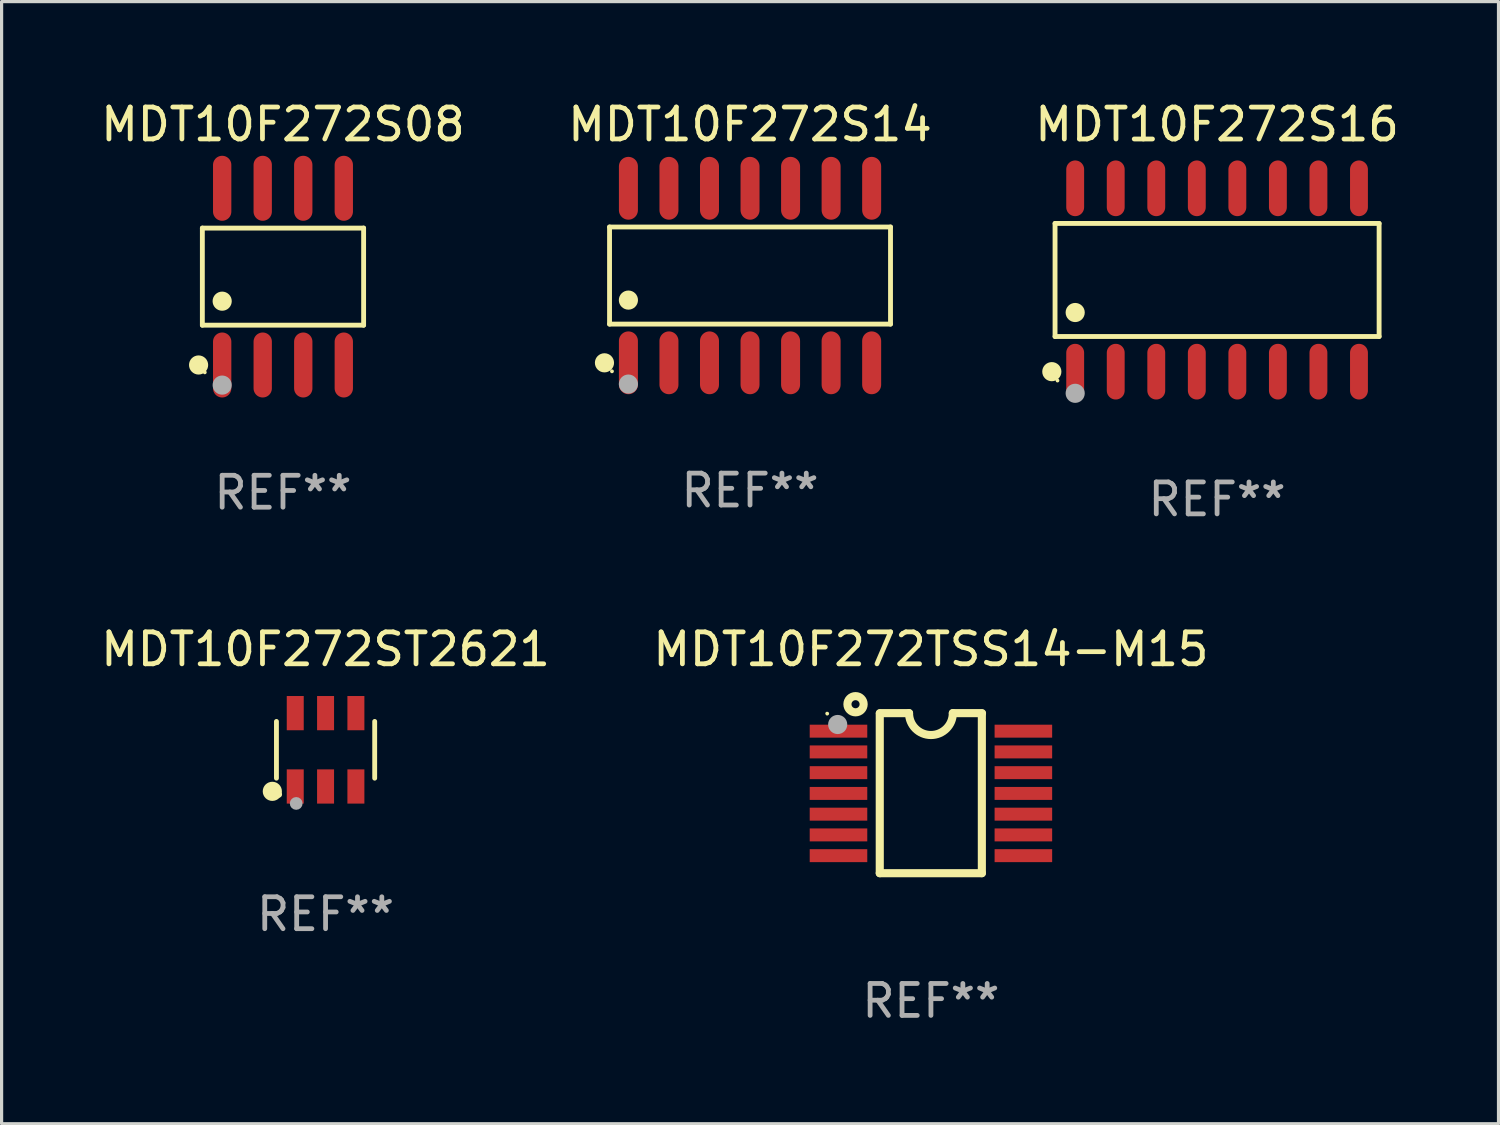
<source format=kicad_pcb>
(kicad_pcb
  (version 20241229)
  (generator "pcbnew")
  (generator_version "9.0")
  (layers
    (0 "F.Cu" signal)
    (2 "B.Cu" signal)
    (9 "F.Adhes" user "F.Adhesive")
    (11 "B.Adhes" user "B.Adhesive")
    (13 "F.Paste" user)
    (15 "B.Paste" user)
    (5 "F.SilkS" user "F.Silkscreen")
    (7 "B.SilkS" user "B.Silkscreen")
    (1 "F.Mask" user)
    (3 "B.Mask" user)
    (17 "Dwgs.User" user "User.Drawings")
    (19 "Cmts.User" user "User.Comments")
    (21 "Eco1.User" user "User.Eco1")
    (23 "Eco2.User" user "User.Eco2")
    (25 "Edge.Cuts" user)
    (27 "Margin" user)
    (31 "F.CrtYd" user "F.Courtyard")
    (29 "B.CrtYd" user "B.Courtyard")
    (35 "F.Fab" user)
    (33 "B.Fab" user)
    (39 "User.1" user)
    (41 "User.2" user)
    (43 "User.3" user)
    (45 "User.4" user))
  (footprint "MDT10F272S16"
    (layer "F.Cu")
    (at 35.077 5.721)
    (property "Reference" "MDT10F272S16" (at 0 -4.872 0) (layer "F.SilkS") (effects (font (size 1 1) (thickness 0.15))))
    (attr through_hole)
    (fp_line (start -5.076 -1.771) (end 5.076 -1.771) (stroke (width 0.152) (type solid)) (layer "F.SilkS"))
    (fp_line (start -5.076 1.771) (end -5.076 -1.771) (stroke (width 0.152) (type solid)) (layer "F.SilkS"))
    (fp_line (start 5.076 -1.771) (end 5.076 1.771) (stroke (width 0.152) (type solid)) (layer "F.SilkS"))
    (fp_line (start 5.076 1.771) (end -5.076 1.771) (stroke (width 0.152) (type solid)) (layer "F.SilkS"))
    (fp_circle (center -5.177 2.872) (end -5.027 2.872) (stroke (width 0.3) (type solid)) (fill no) (layer "F.SilkS"))
    (fp_circle (center -5 3.15) (end -4.97 3.15) (stroke (width 0.06) (type solid)) (fill no) (layer "F.SilkS"))
    (fp_circle (center -4.445 1.019) (end -4.295 1.019) (stroke (width 0.3) (type solid)) (fill no) (layer "F.SilkS"))
    (fp_circle (center -4.445 3.55) (end -4.295 3.55) (stroke (width 0.3) (type solid)) (fill no) (layer "F.Fab"))
    (fp_text user "REF**" (at 0 6.872 0) (layer "F.Fab") (effects (font (size 1 1) (thickness 0.15))))
    (pad "1" smd oval (at -4.445 2.872) (size 0.56 1.745) (layers "F.Cu" "F.Mask" "F.Paste"))
    (pad "2" smd oval (at -3.175 2.872) (size 0.56 1.745) (layers "F.Cu" "F.Mask" "F.Paste"))
    (pad "3" smd oval (at -1.905 2.872) (size 0.56 1.745) (layers "F.Cu" "F.Mask" "F.Paste"))
    (pad "4" smd oval (at -0.635 2.872) (size 0.56 1.745) (layers "F.Cu" "F.Mask" "F.Paste"))
    (pad "5" smd oval (at 0.635 2.872) (size 0.56 1.745) (layers "F.Cu" "F.Mask" "F.Paste"))
    (pad "6" smd oval (at 1.905 2.872) (size 0.56 1.745) (layers "F.Cu" "F.Mask" "F.Paste"))
    (pad "7" smd oval (at 3.175 2.872) (size 0.56 1.745) (layers "F.Cu" "F.Mask" "F.Paste"))
    (pad "8" smd oval (at 4.445 2.872) (size 0.56 1.745) (layers "F.Cu" "F.Mask" "F.Paste"))
    (pad "9" smd oval (at 4.445 -2.872) (size 0.56 1.745) (layers "F.Cu" "F.Mask" "F.Paste"))
    (pad "10" smd oval (at 3.175 -2.872) (size 0.56 1.745) (layers "F.Cu" "F.Mask" "F.Paste"))
    (pad "11" smd oval (at 1.905 -2.872) (size 0.56 1.745) (layers "F.Cu" "F.Mask" "F.Paste"))
    (pad "12" smd oval (at 0.635 -2.872) (size 0.56 1.745) (layers "F.Cu" "F.Mask" "F.Paste"))
    (pad "13" smd oval (at -0.635 -2.872) (size 0.56 1.745) (layers "F.Cu" "F.Mask" "F.Paste"))
    (pad "14" smd oval (at -1.905 -2.872) (size 0.56 1.745) (layers "F.Cu" "F.Mask" "F.Paste"))
    (pad "15" smd oval (at -3.175 -2.872) (size 0.56 1.745) (layers "F.Cu" "F.Mask" "F.Paste"))
    (pad "16" smd oval (at -4.445 -2.872) (size 0.56 1.745) (layers "F.Cu" "F.Mask" "F.Paste")))
  (footprint "MDT10F272S08"
    (layer "F.Cu")
    (at 5.815 5.616)
    (property "Reference" "MDT10F272S08" (at 0 -4.768 0) (layer "F.SilkS") (effects (font (size 1 1) (thickness 0.15))))
    (attr through_hole)
    (fp_line (start -2.526 -1.521) (end 2.526 -1.521) (stroke (width 0.152) (type solid)) (layer "F.SilkS"))
    (fp_line (start -2.526 1.521) (end -2.526 -1.521) (stroke (width 0.152) (type solid)) (layer "F.SilkS"))
    (fp_line (start 2.526 -1.521) (end 2.526 1.521) (stroke (width 0.152) (type solid)) (layer "F.SilkS"))
    (fp_line (start 2.526 1.521) (end -2.526 1.521) (stroke (width 0.152) (type solid)) (layer "F.SilkS"))
    (fp_circle (center -2.644 2.768) (end -2.494 2.768) (stroke (width 0.3) (type solid)) (fill no) (layer "F.SilkS"))
    (fp_circle (center -2.45 2.998) (end -2.42 2.998) (stroke (width 0.06) (type solid)) (fill no) (layer "F.SilkS"))
    (fp_circle (center -1.905 0.769) (end -1.755 0.769) (stroke (width 0.3) (type solid)) (fill no) (layer "F.SilkS"))
    (fp_circle (center -1.905 3.398) (end -1.755 3.398) (stroke (width 0.3) (type solid)) (fill no) (layer "F.Fab"))
    (fp_text user "REF**" (at 0 6.768 0) (layer "F.Fab") (effects (font (size 1 1) (thickness 0.15))))
    (pad "1" smd oval (at -1.905 2.768) (size 0.574 2.036) (layers "F.Cu" "F.Mask" "F.Paste"))
    (pad "2" smd oval (at -0.635 2.768) (size 0.574 2.036) (layers "F.Cu" "F.Mask" "F.Paste"))
    (pad "3" smd oval (at 0.635 2.768) (size 0.574 2.036) (layers "F.Cu" "F.Mask" "F.Paste"))
    (pad "4" smd oval (at 1.905 2.768) (size 0.574 2.036) (layers "F.Cu" "F.Mask" "F.Paste"))
    (pad "5" smd oval (at 1.905 -2.768) (size 0.574 2.036) (layers "F.Cu" "F.Mask" "F.Paste"))
    (pad "6" smd oval (at 0.635 -2.768) (size 0.574 2.036) (layers "F.Cu" "F.Mask" "F.Paste"))
    (pad "7" smd oval (at -0.635 -2.768) (size 0.574 2.036) (layers "F.Cu" "F.Mask" "F.Paste"))
    (pad "8" smd oval (at -1.905 -2.768) (size 0.574 2.036) (layers "F.Cu" "F.Mask" "F.Paste")))
  (footprint "MDT10F272S14"
    (layer "F.Cu")
    (at 20.446 5.582)
    (property "Reference" "MDT10F272S14" (at 0 -4.734 0) (layer "F.SilkS") (effects (font (size 1 1) (thickness 0.15))))
    (attr through_hole)
    (fp_line (start -4.401 -1.521) (end 4.401 -1.521) (stroke (width 0.152) (type solid)) (layer "F.SilkS"))
    (fp_line (start -4.401 1.521) (end -4.401 -1.521) (stroke (width 0.152) (type solid)) (layer "F.SilkS"))
    (fp_line (start 4.401 -1.521) (end 4.401 1.521) (stroke (width 0.152) (type solid)) (layer "F.SilkS"))
    (fp_line (start 4.401 1.521) (end -4.401 1.521) (stroke (width 0.152) (type solid)) (layer "F.SilkS"))
    (fp_circle (center -4.56 2.734) (end -4.41 2.734) (stroke (width 0.3) (type solid)) (fill no) (layer "F.SilkS"))
    (fp_circle (center -4.325 3) (end -4.295 3) (stroke (width 0.06) (type solid)) (fill no) (layer "F.SilkS"))
    (fp_circle (center -3.81 0.769) (end -3.66 0.769) (stroke (width 0.3) (type solid)) (fill no) (layer "F.SilkS"))
    (fp_circle (center -3.81 3.4) (end -3.66 3.4) (stroke (width 0.3) (type solid)) (fill no) (layer "F.Fab"))
    (fp_text user "REF**" (at 0 6.734 0) (layer "F.Fab") (effects (font (size 1 1) (thickness 0.15))))
    (pad "1" smd oval (at -3.81 2.734) (size 0.595 1.968) (layers "F.Cu" "F.Mask" "F.Paste"))
    (pad "2" smd oval (at -2.54 2.734) (size 0.595 1.968) (layers "F.Cu" "F.Mask" "F.Paste"))
    (pad "3" smd oval (at -1.27 2.734) (size 0.595 1.968) (layers "F.Cu" "F.Mask" "F.Paste"))
    (pad "4" smd oval (at 0 2.734) (size 0.595 1.968) (layers "F.Cu" "F.Mask" "F.Paste"))
    (pad "5" smd oval (at 1.27 2.734) (size 0.595 1.968) (layers "F.Cu" "F.Mask" "F.Paste"))
    (pad "6" smd oval (at 2.54 2.734) (size 0.595 1.968) (layers "F.Cu" "F.Mask" "F.Paste"))
    (pad "7" smd oval (at 3.81 2.734) (size 0.595 1.968) (layers "F.Cu" "F.Mask" "F.Paste"))
    (pad "8" smd oval (at 3.81 -2.734) (size 0.595 1.968) (layers "F.Cu" "F.Mask" "F.Paste"))
    (pad "9" smd oval (at 2.54 -2.734) (size 0.595 1.968) (layers "F.Cu" "F.Mask" "F.Paste"))
    (pad "10" smd oval (at 1.27 -2.734) (size 0.595 1.968) (layers "F.Cu" "F.Mask" "F.Paste"))
    (pad "11" smd oval (at 0 -2.734) (size 0.595 1.968) (layers "F.Cu" "F.Mask" "F.Paste"))
    (pad "12" smd oval (at -1.27 -2.734) (size 0.595 1.968) (layers "F.Cu" "F.Mask" "F.Paste"))
    (pad "13" smd oval (at -2.54 -2.734) (size 0.595 1.968) (layers "F.Cu" "F.Mask" "F.Paste"))
    (pad "14" smd oval (at -3.81 -2.734) (size 0.595 1.968) (layers "F.Cu" "F.Mask" "F.Paste")))
  (footprint "MDT10F272ST2621"
    (layer "F.Cu")
    (at 7.149 20.439)
    (property "Reference" "MDT10F272ST2621" (at 0 -3.149 0) (layer "F.SilkS") (effects (font (size 1 1) (thickness 0.15))))
    (attr through_hole)
    (fp_line (start -1.539 0.889) (end -1.539 -0.889) (stroke (width 0.152) (type solid)) (layer "F.SilkS"))
    (fp_line (start 1.539 0.889) (end 1.539 -0.889) (stroke (width 0.152) (type solid)) (layer "F.SilkS"))
    (fp_circle (center -1.668 1.301) (end -1.518 1.301) (stroke (width 0.3) (type solid)) (fill no) (layer "F.SilkS"))
    (fp_circle (center -1.463 1.4) (end -1.413 1.4) (stroke (width 0.1) (type solid)) (fill no) (layer "F.SilkS"))
    (fp_circle (center -0.92 1.68) (end -0.82 1.68) (stroke (width 0.2) (type solid)) (fill no) (layer "F.Fab"))
    (fp_text user "REF**" (at 0 5.149 0) (layer "F.Fab") (effects (font (size 1 1) (thickness 0.15))))
    (pad "1" smd rect (at -0.95 1.149) (size 0.532 1.072) (layers "F.Cu" "F.Mask" "F.Paste"))
    (pad "2" smd rect (at 0 1.149) (size 0.532 1.072) (layers "F.Cu" "F.Mask" "F.Paste"))
    (pad "3" smd rect (at 0.95 1.149) (size 0.532 1.072) (layers "F.Cu" "F.Mask" "F.Paste"))
    (pad "4" smd rect (at 0.95 -1.149) (size 0.532 1.072) (layers "F.Cu" "F.Mask" "F.Paste"))
    (pad "5" smd rect (at 0 -1.149) (size 0.532 1.072) (layers "F.Cu" "F.Mask" "F.Paste"))
    (pad "6" smd rect (at -0.95 -1.149) (size 0.532 1.072) (layers "F.Cu" "F.Mask" "F.Paste")))
  (footprint "MDT10F272TSS14-M15"
    (layer "F.Cu")
    (at 26.113 21.797)
    (property "Reference" "MDT10F272TSS14-M15" (at 0 -4.507 0) (layer "F.SilkS") (effects (font (size 1 1) (thickness 0.15))))
    (attr through_hole)
    (fp_line (start -1.603 2.507) (end -1.603 -2.494) (stroke (width 0.254) (type solid)) (layer "F.SilkS"))
    (fp_line (start -1.603 2.507) (end 1.595 2.507) (stroke (width 0.254) (type solid)) (layer "F.SilkS"))
    (fp_line (start -1.6 -2.507) (end -0.686 -2.507) (stroke (width 0.254) (type solid)) (layer "F.SilkS"))
    (fp_line (start 0.686 -2.507) (end 1.6 -2.507) (stroke (width 0.254) (type solid)) (layer "F.SilkS"))
    (fp_line (start 1.595 2.507) (end 1.595 -2.494) (stroke (width 0.254) (type solid)) (layer "F.SilkS"))
    (fp_arc (start 0.685852 -2.506998) (mid 0.000051 -1.821197) (end -0.68575 -2.506998) (stroke (width 0.254001) (type solid)) (layer "F.SilkS"))
    (fp_circle (center -3.25 -2.492) (end -3.22 -2.492) (stroke (width 0.06) (type solid)) (fill no) (layer "F.SilkS"))
    (fp_circle (center -2.362 -2.786) (end -2.108 -2.786) (stroke (width 0.254) (type solid)) (fill no) (layer "F.SilkS"))
    (fp_circle (center -2.921 -2.151) (end -2.771 -2.151) (stroke (width 0.3) (type solid)) (fill no) (layer "F.Fab"))
    (fp_text user "REF**" (at 0 6.507 0) (layer "F.Fab") (effects (font (size 1 1) (thickness 0.15))))
    (pad "1" smd rect (at -2.896 -1.942) (size 1.803 0.406) (layers "F.Cu" "F.Mask" "F.Paste"))
    (pad "2" smd rect (at -2.896 -1.292) (size 1.803 0.406) (layers "F.Cu" "F.Mask" "F.Paste"))
    (pad "3" smd rect (at -2.896 -0.642) (size 1.803 0.406) (layers "F.Cu" "F.Mask" "F.Paste"))
    (pad "4" smd rect (at -2.896 0.008) (size 1.803 0.406) (layers "F.Cu" "F.Mask" "F.Paste"))
    (pad "5" smd rect (at -2.896 0.658) (size 1.803 0.406) (layers "F.Cu" "F.Mask" "F.Paste"))
    (pad "6" smd rect (at -2.896 1.308) (size 1.803 0.406) (layers "F.Cu" "F.Mask" "F.Paste"))
    (pad "7" smd rect (at -2.896 1.958) (size 1.803 0.406) (layers "F.Cu" "F.Mask" "F.Paste"))
    (pad "8" smd rect (at 2.896 1.958) (size 1.803 0.406) (layers "F.Cu" "F.Mask" "F.Paste"))
    (pad "9" smd rect (at 2.896 1.308) (size 1.803 0.406) (layers "F.Cu" "F.Mask" "F.Paste"))
    (pad "10" smd rect (at 2.896 0.658) (size 1.803 0.406) (layers "F.Cu" "F.Mask" "F.Paste"))
    (pad "11" smd rect (at 2.896 0.008) (size 1.803 0.406) (layers "F.Cu" "F.Mask" "F.Paste"))
    (pad "12" smd rect (at 2.896 -0.642) (size 1.803 0.406) (layers "F.Cu" "F.Mask" "F.Paste"))
    (pad "13" smd rect (at 2.896 -1.292) (size 1.803 0.406) (layers "F.Cu" "F.Mask" "F.Paste"))
    (pad "14" smd rect (at 2.896 -1.942) (size 1.803 0.406) (layers "F.Cu" "F.Mask" "F.Paste")))
  (gr_rect
    (start -3 -3)
    (end 43.893 32.152)
    (stroke (width 0.1) (type default))
    (fill no)
    (layer "Edge.Cuts")))
</source>
